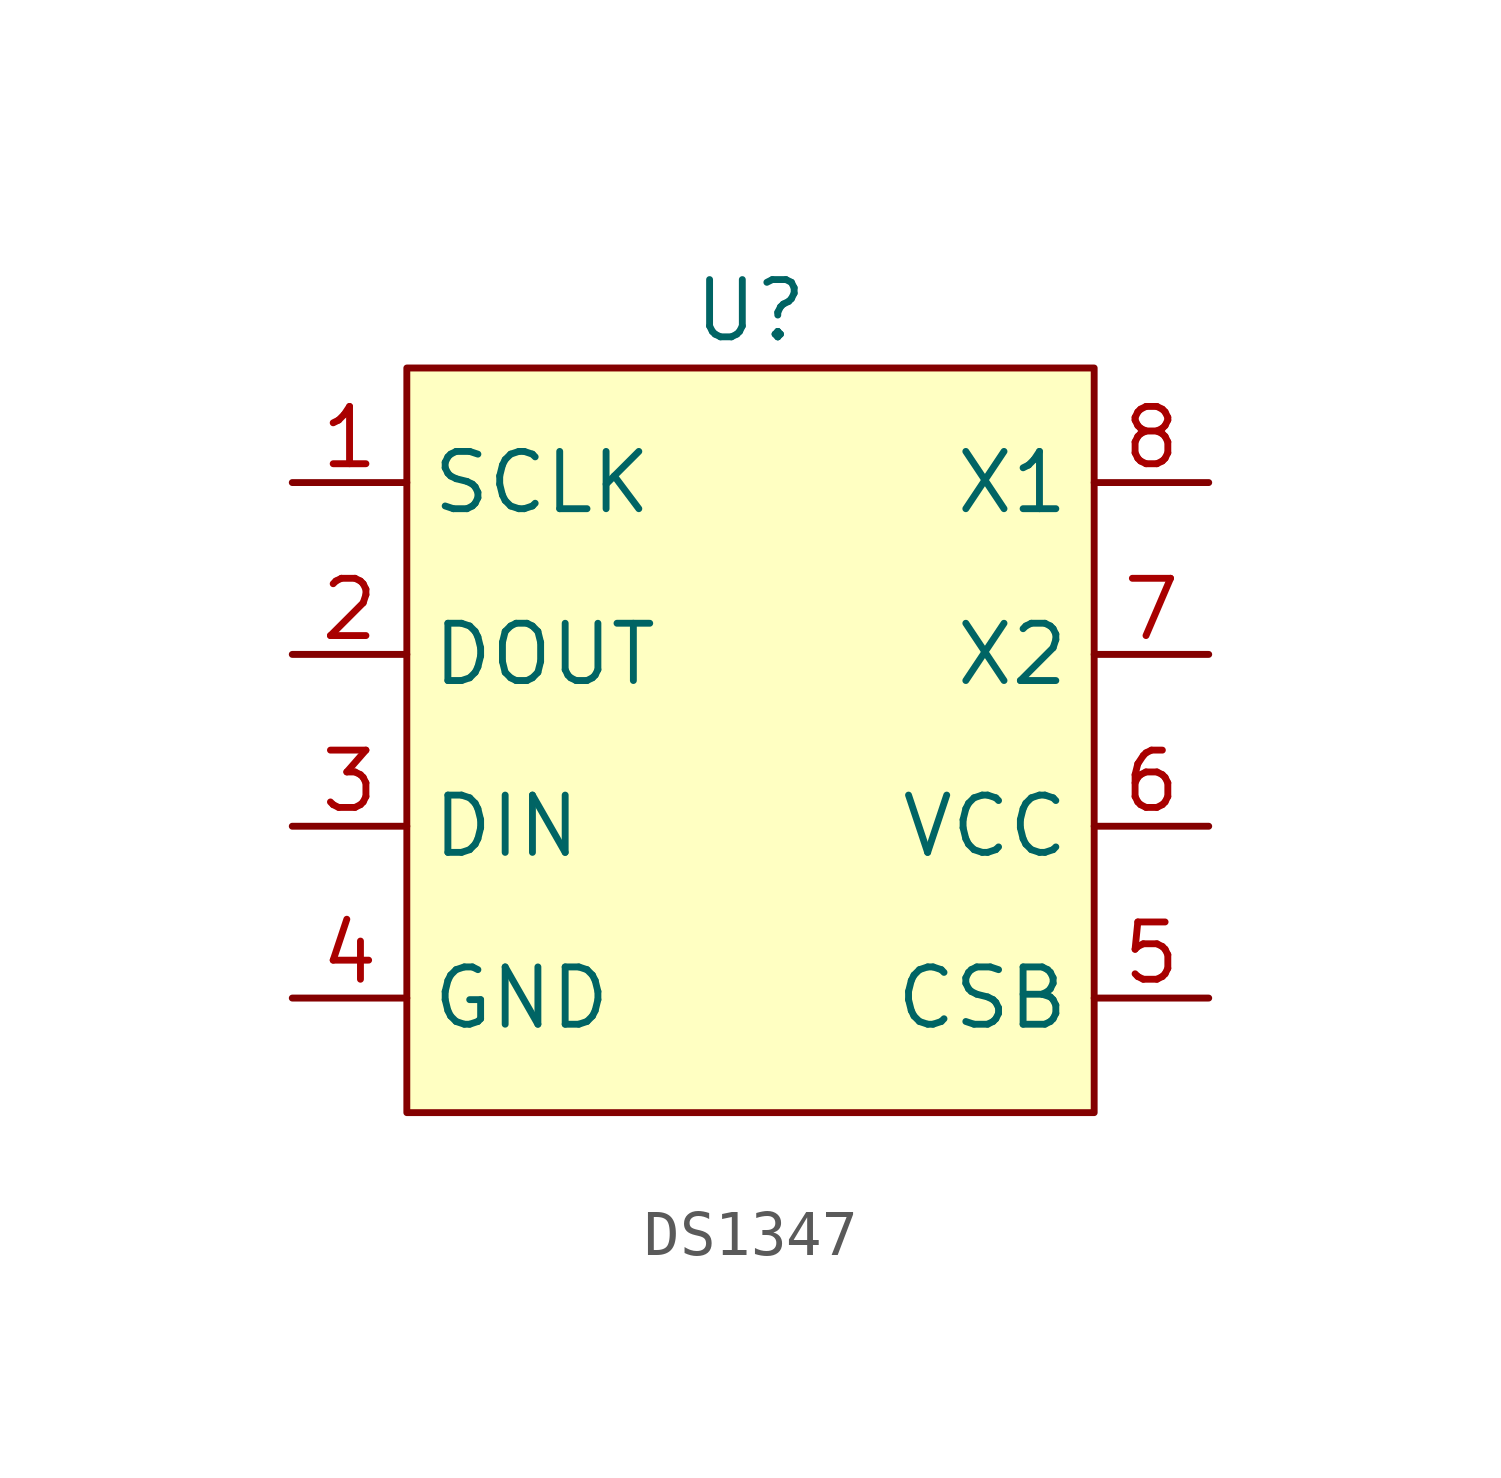
<source format=kicad_sym>
(kicad_symbol_lib
  (version 20220914)
  (generator kicad_symbol_editor)
  (symbol "DS1347"
    (property "Reference" "U"
      (at 0 6.35 0)
      (effects (font (size 1.27 1.27))))
    (property "Value" ""
      (at -2.54 0 0)
      (effects (font (size 1.27 1.27))))
    (symbol "DS1347_1_1"
      (rectangle (start -7.62 5.08) (end 7.62 -11.43) (stroke (width 0) (type default)) (fill (type background)))
      (pin input line (at -10.16 2.54 0) (length 2.54) (name "SCLK" (effects (font (size 1.27 1.27)))) (number "1" (effects (font (size 1.27 1.27)))))
      (pin output line (at -10.16 -1.27 0) (length 2.54) (name "DOUT" (effects (font (size 1.27 1.27)))) (number "2" (effects (font (size 1.27 1.27)))))
      (pin input line (at -10.16 -5.08 0) (length 2.54) (name "DIN" (effects (font (size 1.27 1.27)))) (number "3" (effects (font (size 1.27 1.27)))))
      (pin power_in line (at -10.16 -8.89 0) (length 2.54) (name "GND" (effects (font (size 1.27 1.27)))) (number "4" (effects (font (size 1.27 1.27)))))
      (pin input line (at 10.16 -8.89 180) (length 2.54) (name "CSB" (effects (font (size 1.27 1.27)))) (number "5" (effects (font (size 1.27 1.27)))))
      (pin power_in line (at 10.16 -5.08 180) (length 2.54) (name "VCC" (effects (font (size 1.27 1.27)))) (number "6" (effects (font (size 1.27 1.27)))))
      (pin input line (at 10.16 -1.27 180) (length 2.54) (name "X2" (effects (font (size 1.27 1.27)))) (number "7" (effects (font (size 1.27 1.27)))))
      (pin input line (at 10.16 2.54 180) (length 2.54) (name "X1" (effects (font (size 1.27 1.27)))) (number "8" (effects (font (size 1.27 1.27))))))))
</source>
